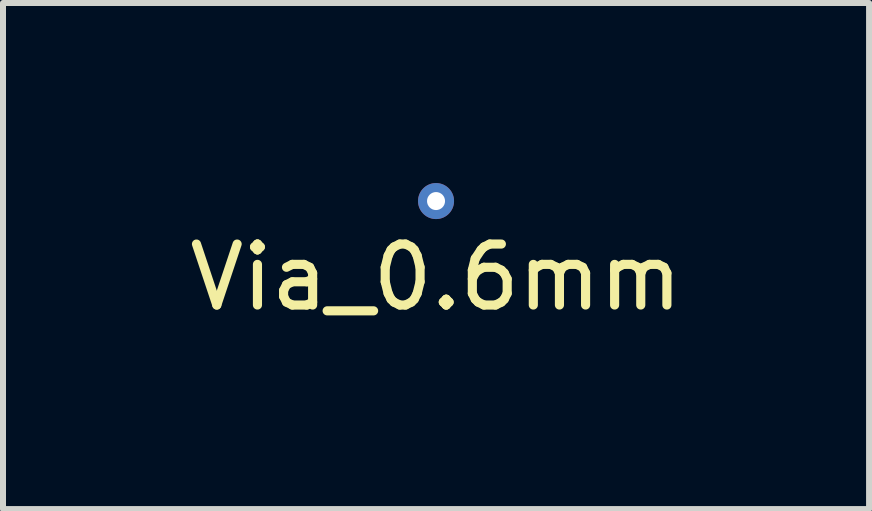
<source format=kicad_pcb>
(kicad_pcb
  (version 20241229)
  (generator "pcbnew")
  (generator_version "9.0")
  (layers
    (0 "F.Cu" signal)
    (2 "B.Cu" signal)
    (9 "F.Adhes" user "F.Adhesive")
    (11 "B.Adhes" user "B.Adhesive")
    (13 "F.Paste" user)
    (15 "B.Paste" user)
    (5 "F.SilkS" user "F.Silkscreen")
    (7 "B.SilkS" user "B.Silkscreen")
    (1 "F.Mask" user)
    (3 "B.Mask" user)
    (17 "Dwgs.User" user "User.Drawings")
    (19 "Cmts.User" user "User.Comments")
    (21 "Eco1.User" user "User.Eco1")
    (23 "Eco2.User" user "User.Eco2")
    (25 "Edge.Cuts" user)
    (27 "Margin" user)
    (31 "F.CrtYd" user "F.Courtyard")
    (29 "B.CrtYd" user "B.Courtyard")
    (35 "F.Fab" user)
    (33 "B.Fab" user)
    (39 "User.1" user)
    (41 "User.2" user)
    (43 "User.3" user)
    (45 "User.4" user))
  (footprint "Via_0.6mm"
    (layer "F.Cu")
    (at 4.215 0.3)
    (property "Reference" "Via_0.6mm" (at 0 1.27 0) (layer "F.SilkS") (effects (font (size 1.016 1.016) (thickness 0.152))))
    (attr through_hole)
    (pad "1" thru_hole circle (at 0 0) (size 0.6 0.6) (drill 0.3) (layers "*.Cu")))
  (gr_rect
    (start -3 -3)
    (end 11.43 5.432)
    (stroke (width 0.1) (type default))
    (fill no)
    (layer "Edge.Cuts")))
</source>
